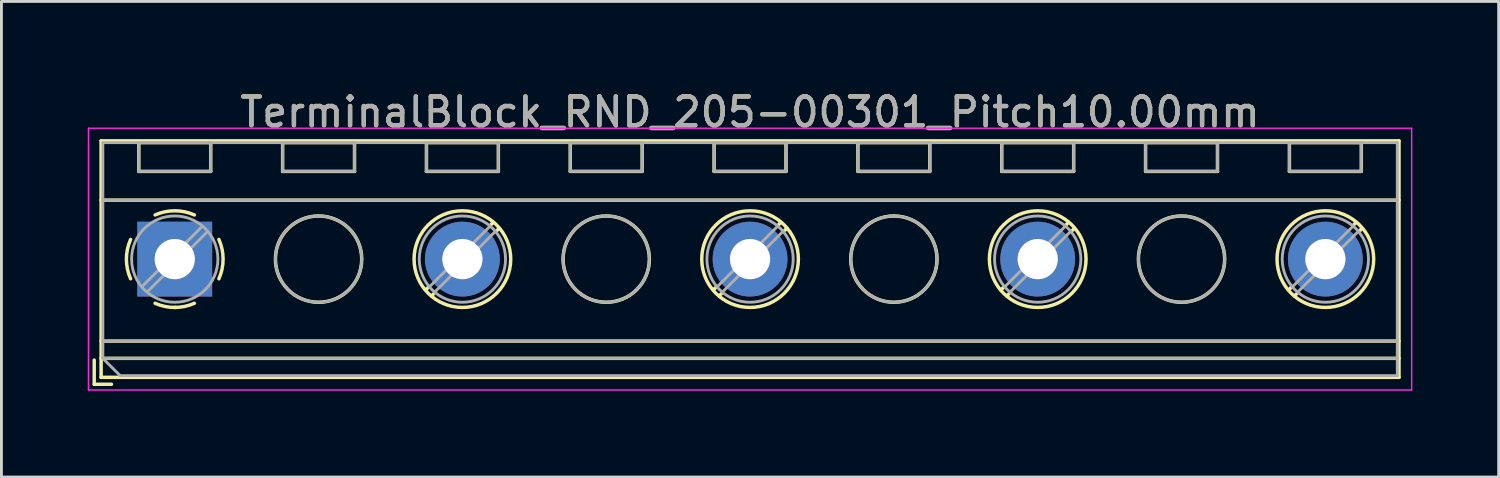
<source format=kicad_pcb>
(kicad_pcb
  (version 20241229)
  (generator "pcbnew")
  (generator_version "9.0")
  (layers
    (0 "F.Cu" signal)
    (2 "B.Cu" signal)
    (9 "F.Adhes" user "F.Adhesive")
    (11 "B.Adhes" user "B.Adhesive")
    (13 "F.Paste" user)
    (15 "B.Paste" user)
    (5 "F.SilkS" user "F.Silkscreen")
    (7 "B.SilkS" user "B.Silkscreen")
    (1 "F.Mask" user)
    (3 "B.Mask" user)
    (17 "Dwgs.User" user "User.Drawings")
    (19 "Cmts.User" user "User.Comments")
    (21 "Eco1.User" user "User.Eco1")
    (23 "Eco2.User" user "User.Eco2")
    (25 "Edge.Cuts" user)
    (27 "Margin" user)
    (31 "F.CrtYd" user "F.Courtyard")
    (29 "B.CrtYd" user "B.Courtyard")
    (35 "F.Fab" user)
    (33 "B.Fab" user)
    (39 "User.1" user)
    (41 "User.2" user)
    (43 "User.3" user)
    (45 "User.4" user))
  (footprint "TerminalBlock_RND_205-00301_Pitch10.00mm"
    (layer "F.Cu")
    (at 3.025 5.958)
    (property "Reference" "TerminalBlock_RND_205-00301_Pitch10.00mm" (at 20 -5.11 0) (layer "F.SilkS") (effects (font (size 1 1) (thickness 0.15))))
    (attr through_hole)
    (fp_line (start -2.8 3.51) (end -2.8 4.35) (stroke (width 0.12) (type solid)) (layer "F.SilkS"))
    (fp_line (start -2.8 4.35) (end -2.2 4.35) (stroke (width 0.12) (type solid)) (layer "F.SilkS"))
    (fp_line (start -2.56 -4.11) (end -2.56 4.11) (stroke (width 0.12) (type solid)) (layer "F.SilkS"))
    (fp_line (start -2.56 -2.05) (end 42.56 -2.05) (stroke (width 0.12) (type solid)) (layer "F.SilkS"))
    (fp_line (start -2.56 2.85) (end 42.56 2.85) (stroke (width 0.12) (type solid)) (layer "F.SilkS"))
    (fp_line (start -2.56 3.45) (end 42.56 3.45) (stroke (width 0.12) (type solid)) (layer "F.SilkS"))
    (fp_line (start -2.56 4.11) (end 42.56 4.11) (stroke (width 0.12) (type solid)) (layer "F.SilkS"))
    (fp_line (start -1.25 -4.05) (end -1.25 -3.05) (stroke (width 0.12) (type solid)) (layer "F.SilkS"))
    (fp_line (start -1.25 -4.05) (end 1.25 -4.05) (stroke (width 0.12) (type solid)) (layer "F.SilkS"))
    (fp_line (start -1.25 -3.05) (end 1.25 -3.05) (stroke (width 0.12) (type solid)) (layer "F.SilkS"))
    (fp_line (start 1.25 -4.05) (end 1.25 -3.05) (stroke (width 0.12) (type solid)) (layer "F.SilkS"))
    (fp_line (start 3.75 -4.05) (end 3.75 -3.05) (stroke (width 0.12) (type solid)) (layer "F.SilkS"))
    (fp_line (start 3.75 -4.05) (end 6.25 -4.05) (stroke (width 0.12) (type solid)) (layer "F.SilkS"))
    (fp_line (start 3.75 -3.05) (end 6.25 -3.05) (stroke (width 0.12) (type solid)) (layer "F.SilkS"))
    (fp_line (start 6.25 -4.05) (end 6.25 -3.05) (stroke (width 0.12) (type solid)) (layer "F.SilkS"))
    (fp_line (start 8.75 -4.05) (end 8.75 -3.05) (stroke (width 0.12) (type solid)) (layer "F.SilkS"))
    (fp_line (start 8.75 -4.05) (end 11.25 -4.05) (stroke (width 0.12) (type solid)) (layer "F.SilkS"))
    (fp_line (start 8.75 -3.05) (end 11.25 -3.05) (stroke (width 0.12) (type solid)) (layer "F.SilkS"))
    (fp_line (start 8.82 0.976) (end 8.726 1.069) (stroke (width 0.12) (type solid)) (layer "F.SilkS"))
    (fp_line (start 9.002 1.204) (end 8.931 1.274) (stroke (width 0.12) (type solid)) (layer "F.SilkS"))
    (fp_line (start 11.07 -1.275) (end 10.999 -1.204) (stroke (width 0.12) (type solid)) (layer "F.SilkS"))
    (fp_line (start 11.25 -4.05) (end 11.25 -3.05) (stroke (width 0.12) (type solid)) (layer "F.SilkS"))
    (fp_line (start 11.275 -1.069) (end 11.181 -0.976) (stroke (width 0.12) (type solid)) (layer "F.SilkS"))
    (fp_line (start 13.75 -4.05) (end 13.75 -3.05) (stroke (width 0.12) (type solid)) (layer "F.SilkS"))
    (fp_line (start 13.75 -4.05) (end 16.25 -4.05) (stroke (width 0.12) (type solid)) (layer "F.SilkS"))
    (fp_line (start 13.75 -3.05) (end 16.25 -3.05) (stroke (width 0.12) (type solid)) (layer "F.SilkS"))
    (fp_line (start 16.25 -4.05) (end 16.25 -3.05) (stroke (width 0.12) (type solid)) (layer "F.SilkS"))
    (fp_line (start 18.75 -4.05) (end 18.75 -3.05) (stroke (width 0.12) (type solid)) (layer "F.SilkS"))
    (fp_line (start 18.75 -4.05) (end 21.25 -4.05) (stroke (width 0.12) (type solid)) (layer "F.SilkS"))
    (fp_line (start 18.75 -3.05) (end 21.25 -3.05) (stroke (width 0.12) (type solid)) (layer "F.SilkS"))
    (fp_line (start 18.82 0.976) (end 18.726 1.069) (stroke (width 0.12) (type solid)) (layer "F.SilkS"))
    (fp_line (start 19.002 1.204) (end 18.931 1.274) (stroke (width 0.12) (type solid)) (layer "F.SilkS"))
    (fp_line (start 21.07 -1.275) (end 20.999 -1.204) (stroke (width 0.12) (type solid)) (layer "F.SilkS"))
    (fp_line (start 21.25 -4.05) (end 21.25 -3.05) (stroke (width 0.12) (type solid)) (layer "F.SilkS"))
    (fp_line (start 21.275 -1.069) (end 21.181 -0.976) (stroke (width 0.12) (type solid)) (layer "F.SilkS"))
    (fp_line (start 23.75 -4.05) (end 23.75 -3.05) (stroke (width 0.12) (type solid)) (layer "F.SilkS"))
    (fp_line (start 23.75 -4.05) (end 26.25 -4.05) (stroke (width 0.12) (type solid)) (layer "F.SilkS"))
    (fp_line (start 23.75 -3.05) (end 26.25 -3.05) (stroke (width 0.12) (type solid)) (layer "F.SilkS"))
    (fp_line (start 26.25 -4.05) (end 26.25 -3.05) (stroke (width 0.12) (type solid)) (layer "F.SilkS"))
    (fp_line (start 28.75 -4.05) (end 28.75 -3.05) (stroke (width 0.12) (type solid)) (layer "F.SilkS"))
    (fp_line (start 28.75 -4.05) (end 31.25 -4.05) (stroke (width 0.12) (type solid)) (layer "F.SilkS"))
    (fp_line (start 28.75 -3.05) (end 31.25 -3.05) (stroke (width 0.12) (type solid)) (layer "F.SilkS"))
    (fp_line (start 28.82 0.976) (end 28.726 1.069) (stroke (width 0.12) (type solid)) (layer "F.SilkS"))
    (fp_line (start 29.002 1.204) (end 28.931 1.274) (stroke (width 0.12) (type solid)) (layer "F.SilkS"))
    (fp_line (start 31.07 -1.275) (end 30.999 -1.204) (stroke (width 0.12) (type solid)) (layer "F.SilkS"))
    (fp_line (start 31.25 -4.05) (end 31.25 -3.05) (stroke (width 0.12) (type solid)) (layer "F.SilkS"))
    (fp_line (start 31.275 -1.069) (end 31.181 -0.976) (stroke (width 0.12) (type solid)) (layer "F.SilkS"))
    (fp_line (start 33.75 -4.05) (end 33.75 -3.05) (stroke (width 0.12) (type solid)) (layer "F.SilkS"))
    (fp_line (start 33.75 -4.05) (end 36.25 -4.05) (stroke (width 0.12) (type solid)) (layer "F.SilkS"))
    (fp_line (start 33.75 -3.05) (end 36.25 -3.05) (stroke (width 0.12) (type solid)) (layer "F.SilkS"))
    (fp_line (start 36.25 -4.05) (end 36.25 -3.05) (stroke (width 0.12) (type solid)) (layer "F.SilkS"))
    (fp_line (start 38.75 -4.05) (end 38.75 -3.05) (stroke (width 0.12) (type solid)) (layer "F.SilkS"))
    (fp_line (start 38.75 -4.05) (end 41.25 -4.05) (stroke (width 0.12) (type solid)) (layer "F.SilkS"))
    (fp_line (start 38.75 -3.05) (end 41.25 -3.05) (stroke (width 0.12) (type solid)) (layer "F.SilkS"))
    (fp_line (start 38.82 0.976) (end 38.726 1.069) (stroke (width 0.12) (type solid)) (layer "F.SilkS"))
    (fp_line (start 39.002 1.204) (end 38.931 1.274) (stroke (width 0.12) (type solid)) (layer "F.SilkS"))
    (fp_line (start 41.07 -1.275) (end 40.999 -1.204) (stroke (width 0.12) (type solid)) (layer "F.SilkS"))
    (fp_line (start 41.25 -4.05) (end 41.25 -3.05) (stroke (width 0.12) (type solid)) (layer "F.SilkS"))
    (fp_line (start 41.275 -1.069) (end 41.181 -0.976) (stroke (width 0.12) (type solid)) (layer "F.SilkS"))
    (fp_line (start 42.56 -4.11) (end -2.56 -4.11) (stroke (width 0.12) (type solid)) (layer "F.SilkS"))
    (fp_line (start 42.56 4.11) (end 42.56 -4.11) (stroke (width 0.12) (type solid)) (layer "F.SilkS"))
    (fp_arc (start -1.535427 0.683042) (mid -1.680501 -0.000524) (end -1.535 -0.684) (stroke (width 0.12) (type solid)) (layer "F.SilkS"))
    (fp_arc (start -0.683042 -1.535427) (mid 0.000524 -1.680501) (end 0.684 -1.535) (stroke (width 0.12) (type solid)) (layer "F.SilkS"))
    (fp_arc (start 0.028805 1.680253) (mid -0.335551 1.646659) (end -0.684 1.535) (stroke (width 0.12) (type solid)) (layer "F.SilkS"))
    (fp_arc (start 0.683318 1.534756) (mid 0.349292 1.643288) (end 0 1.68) (stroke (width 0.12) (type solid)) (layer "F.SilkS"))
    (fp_arc (start 1.535427 -0.683042) (mid 1.680501 0.000524) (end 1.535 0.684) (stroke (width 0.12) (type solid)) (layer "F.SilkS"))
    (fp_circle (center 5 0) (end 6.5 0) (stroke (width 0.12) (type solid)) (fill no) (layer "F.SilkS"))
    (fp_circle (center 10 0) (end 11.68 0) (stroke (width 0.12) (type solid)) (fill no) (layer "F.SilkS"))
    (fp_circle (center 15 0) (end 16.5 0) (stroke (width 0.12) (type solid)) (fill no) (layer "F.SilkS"))
    (fp_circle (center 20 0) (end 21.68 0) (stroke (width 0.12) (type solid)) (fill no) (layer "F.SilkS"))
    (fp_circle (center 25 0) (end 26.5 0) (stroke (width 0.12) (type solid)) (fill no) (layer "F.SilkS"))
    (fp_circle (center 30 0) (end 31.68 0) (stroke (width 0.12) (type solid)) (fill no) (layer "F.SilkS"))
    (fp_circle (center 35 0) (end 36.5 0) (stroke (width 0.12) (type solid)) (fill no) (layer "F.SilkS"))
    (fp_circle (center 40 0) (end 41.68 0) (stroke (width 0.12) (type solid)) (fill no) (layer "F.SilkS"))
    (fp_line (start -3 -4.55) (end -3 4.55) (stroke (width 0.05) (type solid)) (layer "F.CrtYd"))
    (fp_line (start -3 4.55) (end 43 4.55) (stroke (width 0.05) (type solid)) (layer "F.CrtYd"))
    (fp_line (start 43 -4.55) (end -3 -4.55) (stroke (width 0.05) (type solid)) (layer "F.CrtYd"))
    (fp_line (start 43 4.55) (end 43 -4.55) (stroke (width 0.05) (type solid)) (layer "F.CrtYd"))
    (fp_line (start -2.5 -4.05) (end 42.5 -4.05) (stroke (width 0.1) (type solid)) (layer "F.Fab"))
    (fp_line (start -2.5 -2.05) (end 42.5 -2.05) (stroke (width 0.1) (type solid)) (layer "F.Fab"))
    (fp_line (start -2.5 2.85) (end 42.5 2.85) (stroke (width 0.1) (type solid)) (layer "F.Fab"))
    (fp_line (start -2.5 3.45) (end -2.5 -4.05) (stroke (width 0.1) (type solid)) (layer "F.Fab"))
    (fp_line (start -2.5 3.45) (end 42.5 3.45) (stroke (width 0.1) (type solid)) (layer "F.Fab"))
    (fp_line (start -1.9 4.05) (end -2.5 3.45) (stroke (width 0.1) (type solid)) (layer "F.Fab"))
    (fp_line (start -1.25 -4.05) (end -1.25 -3.05) (stroke (width 0.1) (type solid)) (layer "F.Fab"))
    (fp_line (start -1.25 -3.05) (end 1.25 -3.05) (stroke (width 0.1) (type solid)) (layer "F.Fab"))
    (fp_line (start 0.955 -1.138) (end -1.138 0.955) (stroke (width 0.1) (type solid)) (layer "F.Fab"))
    (fp_line (start 1.138 -0.955) (end -0.955 1.138) (stroke (width 0.1) (type solid)) (layer "F.Fab"))
    (fp_line (start 1.25 -4.05) (end -1.25 -4.05) (stroke (width 0.1) (type solid)) (layer "F.Fab"))
    (fp_line (start 1.25 -3.05) (end 1.25 -4.05) (stroke (width 0.1) (type solid)) (layer "F.Fab"))
    (fp_line (start 3.75 -4.05) (end 3.75 -3.05) (stroke (width 0.1) (type solid)) (layer "F.Fab"))
    (fp_line (start 3.75 -3.05) (end 6.25 -3.05) (stroke (width 0.1) (type solid)) (layer "F.Fab"))
    (fp_line (start 6.25 -4.05) (end 3.75 -4.05) (stroke (width 0.1) (type solid)) (layer "F.Fab"))
    (fp_line (start 6.25 -3.05) (end 6.25 -4.05) (stroke (width 0.1) (type solid)) (layer "F.Fab"))
    (fp_line (start 8.75 -4.05) (end 8.75 -3.05) (stroke (width 0.1) (type solid)) (layer "F.Fab"))
    (fp_line (start 8.75 -3.05) (end 11.25 -3.05) (stroke (width 0.1) (type solid)) (layer "F.Fab"))
    (fp_line (start 10.955 -1.138) (end 8.863 0.955) (stroke (width 0.1) (type solid)) (layer "F.Fab"))
    (fp_line (start 11.138 -0.955) (end 9.046 1.138) (stroke (width 0.1) (type solid)) (layer "F.Fab"))
    (fp_line (start 11.25 -4.05) (end 8.75 -4.05) (stroke (width 0.1) (type solid)) (layer "F.Fab"))
    (fp_line (start 11.25 -3.05) (end 11.25 -4.05) (stroke (width 0.1) (type solid)) (layer "F.Fab"))
    (fp_line (start 13.75 -4.05) (end 13.75 -3.05) (stroke (width 0.1) (type solid)) (layer "F.Fab"))
    (fp_line (start 13.75 -3.05) (end 16.25 -3.05) (stroke (width 0.1) (type solid)) (layer "F.Fab"))
    (fp_line (start 16.25 -4.05) (end 13.75 -4.05) (stroke (width 0.1) (type solid)) (layer "F.Fab"))
    (fp_line (start 16.25 -3.05) (end 16.25 -4.05) (stroke (width 0.1) (type solid)) (layer "F.Fab"))
    (fp_line (start 18.75 -4.05) (end 18.75 -3.05) (stroke (width 0.1) (type solid)) (layer "F.Fab"))
    (fp_line (start 18.75 -3.05) (end 21.25 -3.05) (stroke (width 0.1) (type solid)) (layer "F.Fab"))
    (fp_line (start 20.955 -1.138) (end 18.863 0.955) (stroke (width 0.1) (type solid)) (layer "F.Fab"))
    (fp_line (start 21.138 -0.955) (end 19.046 1.138) (stroke (width 0.1) (type solid)) (layer "F.Fab"))
    (fp_line (start 21.25 -4.05) (end 18.75 -4.05) (stroke (width 0.1) (type solid)) (layer "F.Fab"))
    (fp_line (start 21.25 -3.05) (end 21.25 -4.05) (stroke (width 0.1) (type solid)) (layer "F.Fab"))
    (fp_line (start 23.75 -4.05) (end 23.75 -3.05) (stroke (width 0.1) (type solid)) (layer "F.Fab"))
    (fp_line (start 23.75 -3.05) (end 26.25 -3.05) (stroke (width 0.1) (type solid)) (layer "F.Fab"))
    (fp_line (start 26.25 -4.05) (end 23.75 -4.05) (stroke (width 0.1) (type solid)) (layer "F.Fab"))
    (fp_line (start 26.25 -3.05) (end 26.25 -4.05) (stroke (width 0.1) (type solid)) (layer "F.Fab"))
    (fp_line (start 28.75 -4.05) (end 28.75 -3.05) (stroke (width 0.1) (type solid)) (layer "F.Fab"))
    (fp_line (start 28.75 -3.05) (end 31.25 -3.05) (stroke (width 0.1) (type solid)) (layer "F.Fab"))
    (fp_line (start 30.955 -1.138) (end 28.863 0.955) (stroke (width 0.1) (type solid)) (layer "F.Fab"))
    (fp_line (start 31.138 -0.955) (end 29.046 1.138) (stroke (width 0.1) (type solid)) (layer "F.Fab"))
    (fp_line (start 31.25 -4.05) (end 28.75 -4.05) (stroke (width 0.1) (type solid)) (layer "F.Fab"))
    (fp_line (start 31.25 -3.05) (end 31.25 -4.05) (stroke (width 0.1) (type solid)) (layer "F.Fab"))
    (fp_line (start 33.75 -4.05) (end 33.75 -3.05) (stroke (width 0.1) (type solid)) (layer "F.Fab"))
    (fp_line (start 33.75 -3.05) (end 36.25 -3.05) (stroke (width 0.1) (type solid)) (layer "F.Fab"))
    (fp_line (start 36.25 -4.05) (end 33.75 -4.05) (stroke (width 0.1) (type solid)) (layer "F.Fab"))
    (fp_line (start 36.25 -3.05) (end 36.25 -4.05) (stroke (width 0.1) (type solid)) (layer "F.Fab"))
    (fp_line (start 38.75 -4.05) (end 38.75 -3.05) (stroke (width 0.1) (type solid)) (layer "F.Fab"))
    (fp_line (start 38.75 -3.05) (end 41.25 -3.05) (stroke (width 0.1) (type solid)) (layer "F.Fab"))
    (fp_line (start 40.955 -1.138) (end 38.863 0.955) (stroke (width 0.1) (type solid)) (layer "F.Fab"))
    (fp_line (start 41.138 -0.955) (end 39.046 1.138) (stroke (width 0.1) (type solid)) (layer "F.Fab"))
    (fp_line (start 41.25 -4.05) (end 38.75 -4.05) (stroke (width 0.1) (type solid)) (layer "F.Fab"))
    (fp_line (start 41.25 -3.05) (end 41.25 -4.05) (stroke (width 0.1) (type solid)) (layer "F.Fab"))
    (fp_line (start 42.5 -4.05) (end 42.5 4.05) (stroke (width 0.1) (type solid)) (layer "F.Fab"))
    (fp_line (start 42.5 4.05) (end -1.9 4.05) (stroke (width 0.1) (type solid)) (layer "F.Fab"))
    (fp_circle (center 0 0) (end 1.5 0) (stroke (width 0.1) (type solid)) (fill no) (layer "F.Fab"))
    (fp_circle (center 5 0) (end 6.5 0) (stroke (width 0.1) (type solid)) (fill no) (layer "F.Fab"))
    (fp_circle (center 10 0) (end 11.5 0) (stroke (width 0.1) (type solid)) (fill no) (layer "F.Fab"))
    (fp_circle (center 15 0) (end 16.5 0) (stroke (width 0.1) (type solid)) (fill no) (layer "F.Fab"))
    (fp_circle (center 20 0) (end 21.5 0) (stroke (width 0.1) (type solid)) (fill no) (layer "F.Fab"))
    (fp_circle (center 25 0) (end 26.5 0) (stroke (width 0.1) (type solid)) (fill no) (layer "F.Fab"))
    (fp_circle (center 30 0) (end 31.5 0) (stroke (width 0.1) (type solid)) (fill no) (layer "F.Fab"))
    (fp_circle (center 35 0) (end 36.5 0) (stroke (width 0.1) (type solid)) (fill no) (layer "F.Fab"))
    (fp_circle (center 40 0) (end 41.5 0) (stroke (width 0.1) (type solid)) (fill no) (layer "F.Fab"))
    (fp_text user "${REFERENCE}" (at 20 -5.11 0) (layer "F.Fab") (effects (font (size 1 1) (thickness 0.15))))
    (pad "1" thru_hole rect (at 0 0) (size 2.6 2.6) (drill 1.4) (layers "*.Cu" "*.Mask"))
    (pad "2" thru_hole oval (at 10 0) (size 2.6 2.6) (drill 1.4) (layers "*.Cu" "*.Mask"))
    (pad "3" thru_hole oval (at 20 0) (size 2.6 2.6) (drill 1.4) (layers "*.Cu" "*.Mask"))
    (pad "4" thru_hole oval (at 30 0) (size 2.6 2.6) (drill 1.4) (layers "*.Cu" "*.Mask"))
    (pad "5" thru_hole oval (at 40 0) (size 2.6 2.6) (drill 1.4) (layers "*.Cu" "*.Mask")))
  (gr_rect
    (start -3 -3)
    (end 49.05 13.533)
    (stroke (width 0.1) (type default))
    (fill no)
    (layer "Edge.Cuts")))
</source>
